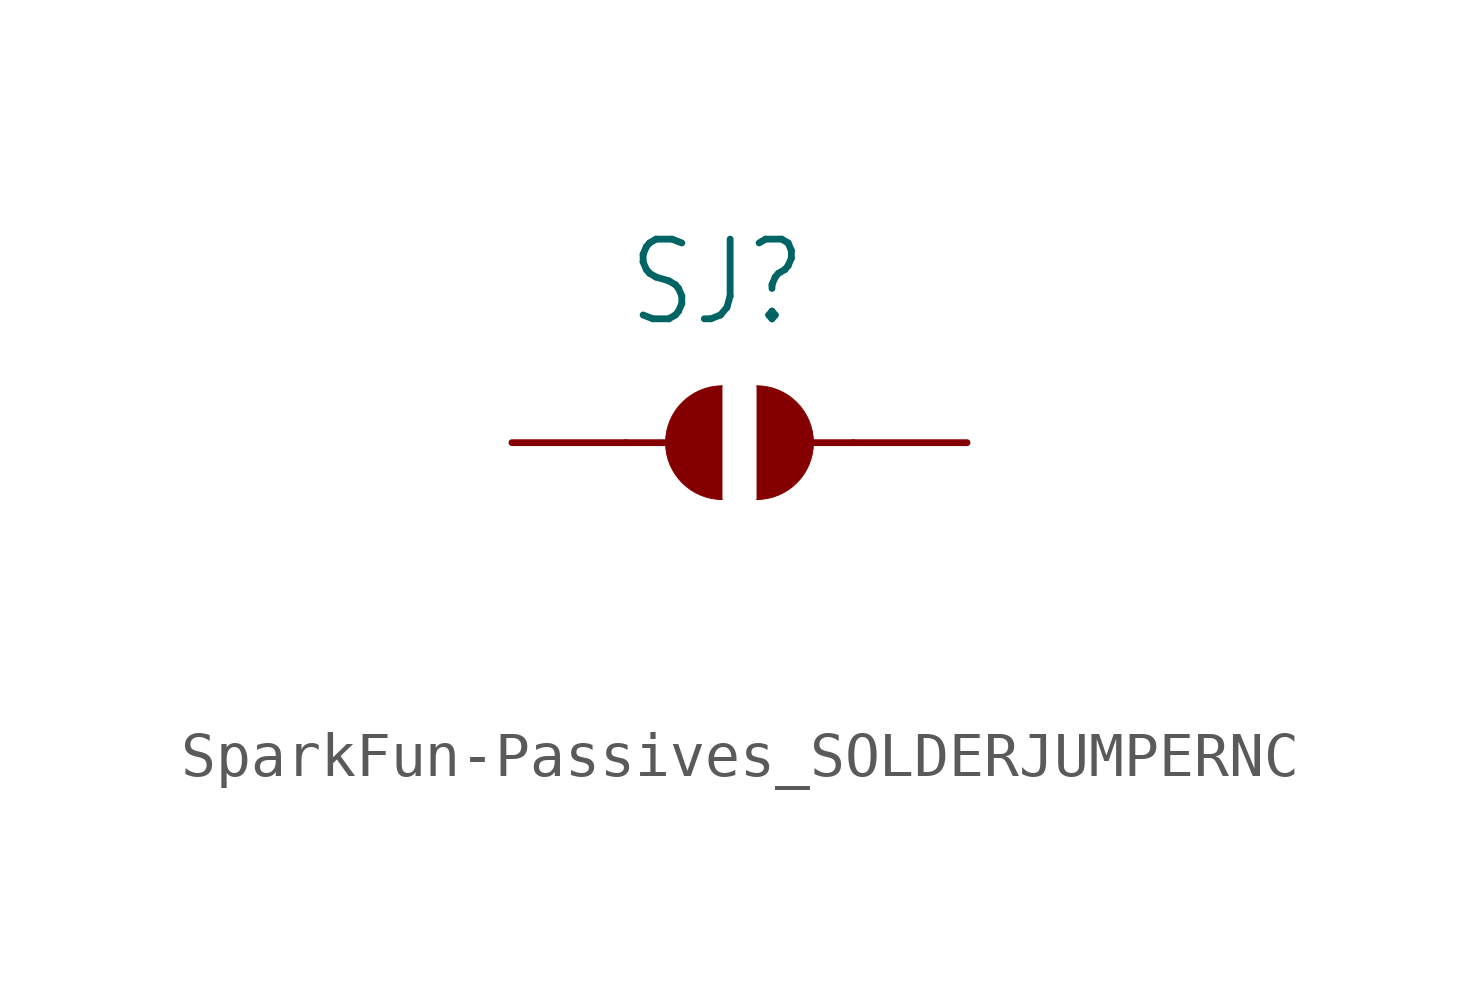
<source format=kicad_sym>
(kicad_symbol_lib
  (version 20241209)
  (generator "kicad_symbol_editor")
  (generator_version "9.0")
  (symbol "SparkFun-Passives_SOLDERJUMPERNC"
    (property "Reference" "SJ"
      (at -2.54 2.54 0)
      (effects (font (size 1.778 1.511)) (justify left bottom)))
    (property "Value" ""
      (at -2.54 -5.08 0)
      (effects (font (size 1.778 1.511)) (justify left bottom)))
    (property "ki_locked" ""
      (at 0 0 0)
      (effects (font (size 1.27 1.27))))
    (symbol "SparkFun-Passives_SOLDERJUMPERNC_1_0"
      (polyline (pts (xy -2.54 0) (xy -1.651 0)) (stroke (width 0.152) (type solid)) (fill (type none)))
      (arc (start -0.381 -1.27) (mid -1.651 0) (end -0.381 1.27) (stroke (width 0.0001) (type solid)) (fill (type outline)))
      (arc (start 0.381 1.27) (mid 1.651 0) (end 0.381 -1.27) (stroke (width 0.0001) (type solid)) (fill (type outline)))
      (polyline (pts (xy 2.54 0) (xy 1.651 0)) (stroke (width 0.152) (type solid)) (fill (type none)))
      (pin passive line (at -5.08 0 0) (length 2.54) (name "1" (effects (font (size 0 0)))) (number "1" (effects (font (size 0 0)))))
      (pin passive line (at 5.08 0 180) (length 2.54) (name "2" (effects (font (size 0 0)))) (number "2" (effects (font (size 0 0))))))))
</source>
